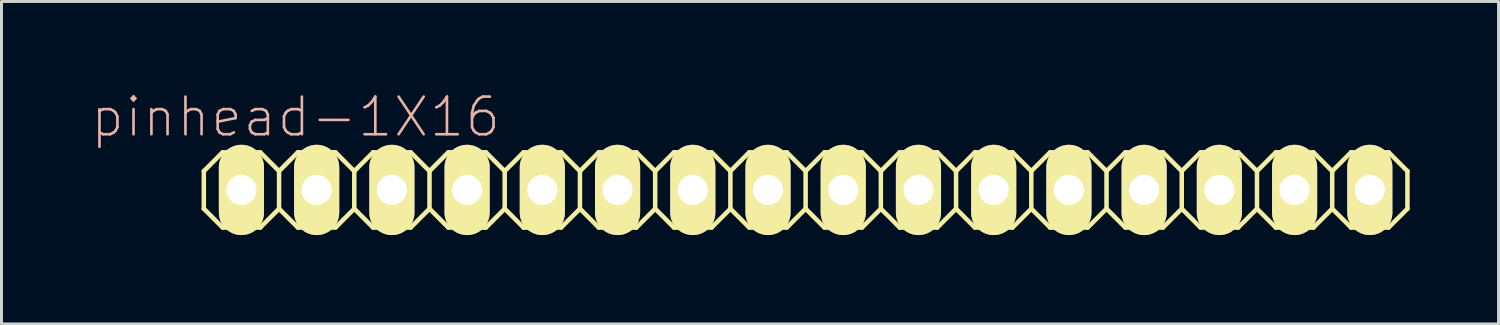
<source format=kicad_pcb>
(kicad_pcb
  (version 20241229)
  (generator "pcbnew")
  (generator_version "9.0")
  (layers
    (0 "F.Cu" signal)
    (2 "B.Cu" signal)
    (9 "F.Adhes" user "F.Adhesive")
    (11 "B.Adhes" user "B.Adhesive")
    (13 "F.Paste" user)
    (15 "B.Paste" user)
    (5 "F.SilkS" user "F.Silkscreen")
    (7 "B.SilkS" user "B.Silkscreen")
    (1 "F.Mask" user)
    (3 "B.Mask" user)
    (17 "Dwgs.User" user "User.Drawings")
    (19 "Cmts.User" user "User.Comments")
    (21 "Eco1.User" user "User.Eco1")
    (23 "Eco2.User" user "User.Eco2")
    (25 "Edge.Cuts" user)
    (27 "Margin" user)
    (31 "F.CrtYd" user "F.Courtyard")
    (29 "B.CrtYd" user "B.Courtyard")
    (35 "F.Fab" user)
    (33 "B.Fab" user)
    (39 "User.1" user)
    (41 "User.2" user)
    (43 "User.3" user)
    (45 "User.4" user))
  (footprint "pinhead-1X16"
    (layer "F.Cu")
    (at 24.152 3.363)
    (property "Reference" "pinhead-1X16" (at -17.221 -2.464 0) (layer "B.SilkS") (effects (font (size 1.27 1.27) (thickness 0.089))))
    (attr exclude_from_pos_files exclude_from_bom)
    (fp_line (start -20.32 -0.635) (end -20.32 0.635) (stroke (width 0.152) (type solid)) (layer "F.SilkS"))
    (fp_line (start -20.32 0.635) (end -19.685 1.27) (stroke (width 0.152) (type solid)) (layer "F.SilkS"))
    (fp_line (start -19.685 -1.27) (end -20.32 -0.635) (stroke (width 0.152) (type solid)) (layer "F.SilkS"))
    (fp_line (start -19.685 -1.27) (end -18.415 -1.27) (stroke (width 0.152) (type solid)) (layer "F.SilkS"))
    (fp_line (start -19.304 -0.254) (end -18.796 -0.254) (stroke (width 0.066) (type solid)) (layer "F.SilkS"))
    (fp_line (start -19.304 0.254) (end -19.304 -0.254) (stroke (width 0.066) (type solid)) (layer "F.SilkS"))
    (fp_line (start -19.304 0.254) (end -18.796 0.254) (stroke (width 0.066) (type solid)) (layer "F.SilkS"))
    (fp_line (start -18.796 0.254) (end -18.796 -0.254) (stroke (width 0.066) (type solid)) (layer "F.SilkS"))
    (fp_line (start -18.415 -1.27) (end -17.78 -0.635) (stroke (width 0.152) (type solid)) (layer "F.SilkS"))
    (fp_line (start -18.415 1.27) (end -19.685 1.27) (stroke (width 0.152) (type solid)) (layer "F.SilkS"))
    (fp_line (start -17.78 -0.635) (end -17.78 0.635) (stroke (width 0.152) (type solid)) (layer "F.SilkS"))
    (fp_line (start -17.78 -0.635) (end -17.145 -1.27) (stroke (width 0.152) (type solid)) (layer "F.SilkS"))
    (fp_line (start -17.78 0.635) (end -18.415 1.27) (stroke (width 0.152) (type solid)) (layer "F.SilkS"))
    (fp_line (start -17.145 -1.27) (end -15.875 -1.27) (stroke (width 0.152) (type solid)) (layer "F.SilkS"))
    (fp_line (start -17.145 1.27) (end -17.78 0.635) (stroke (width 0.152) (type solid)) (layer "F.SilkS"))
    (fp_line (start -16.764 -0.254) (end -16.256 -0.254) (stroke (width 0.066) (type solid)) (layer "F.SilkS"))
    (fp_line (start -16.764 0.254) (end -16.764 -0.254) (stroke (width 0.066) (type solid)) (layer "F.SilkS"))
    (fp_line (start -16.764 0.254) (end -16.256 0.254) (stroke (width 0.066) (type solid)) (layer "F.SilkS"))
    (fp_line (start -16.256 0.254) (end -16.256 -0.254) (stroke (width 0.066) (type solid)) (layer "F.SilkS"))
    (fp_line (start -15.875 -1.27) (end -15.24 -0.635) (stroke (width 0.152) (type solid)) (layer "F.SilkS"))
    (fp_line (start -15.875 1.27) (end -17.145 1.27) (stroke (width 0.152) (type solid)) (layer "F.SilkS"))
    (fp_line (start -15.24 -0.635) (end -15.24 0.635) (stroke (width 0.152) (type solid)) (layer "F.SilkS"))
    (fp_line (start -15.24 -0.635) (end -14.605 -1.27) (stroke (width 0.152) (type solid)) (layer "F.SilkS"))
    (fp_line (start -15.24 0.635) (end -15.875 1.27) (stroke (width 0.152) (type solid)) (layer "F.SilkS"))
    (fp_line (start -14.605 -1.27) (end -13.335 -1.27) (stroke (width 0.152) (type solid)) (layer "F.SilkS"))
    (fp_line (start -14.605 1.27) (end -15.24 0.635) (stroke (width 0.152) (type solid)) (layer "F.SilkS"))
    (fp_line (start -14.224 -0.254) (end -13.716 -0.254) (stroke (width 0.066) (type solid)) (layer "F.SilkS"))
    (fp_line (start -14.224 0.254) (end -14.224 -0.254) (stroke (width 0.066) (type solid)) (layer "F.SilkS"))
    (fp_line (start -14.224 0.254) (end -13.716 0.254) (stroke (width 0.066) (type solid)) (layer "F.SilkS"))
    (fp_line (start -13.716 0.254) (end -13.716 -0.254) (stroke (width 0.066) (type solid)) (layer "F.SilkS"))
    (fp_line (start -13.335 -1.27) (end -12.7 -0.635) (stroke (width 0.152) (type solid)) (layer "F.SilkS"))
    (fp_line (start -13.335 1.27) (end -14.605 1.27) (stroke (width 0.152) (type solid)) (layer "F.SilkS"))
    (fp_line (start -12.7 -0.635) (end -12.7 0.635) (stroke (width 0.152) (type solid)) (layer "F.SilkS"))
    (fp_line (start -12.7 0.635) (end -13.335 1.27) (stroke (width 0.152) (type solid)) (layer "F.SilkS"))
    (fp_line (start -12.7 0.635) (end -12.065 1.27) (stroke (width 0.152) (type solid)) (layer "F.SilkS"))
    (fp_line (start -12.065 -1.27) (end -12.7 -0.635) (stroke (width 0.152) (type solid)) (layer "F.SilkS"))
    (fp_line (start -12.065 -1.27) (end -10.795 -1.27) (stroke (width 0.152) (type solid)) (layer "F.SilkS"))
    (fp_line (start -11.684 -0.254) (end -11.176 -0.254) (stroke (width 0.066) (type solid)) (layer "F.SilkS"))
    (fp_line (start -11.684 0.254) (end -11.684 -0.254) (stroke (width 0.066) (type solid)) (layer "F.SilkS"))
    (fp_line (start -11.684 0.254) (end -11.176 0.254) (stroke (width 0.066) (type solid)) (layer "F.SilkS"))
    (fp_line (start -11.176 0.254) (end -11.176 -0.254) (stroke (width 0.066) (type solid)) (layer "F.SilkS"))
    (fp_line (start -10.795 -1.27) (end -10.16 -0.635) (stroke (width 0.152) (type solid)) (layer "F.SilkS"))
    (fp_line (start -10.795 1.27) (end -12.065 1.27) (stroke (width 0.152) (type solid)) (layer "F.SilkS"))
    (fp_line (start -10.16 -0.635) (end -10.16 0.635) (stroke (width 0.152) (type solid)) (layer "F.SilkS"))
    (fp_line (start -10.16 -0.635) (end -9.525 -1.27) (stroke (width 0.152) (type solid)) (layer "F.SilkS"))
    (fp_line (start -10.16 0.635) (end -10.795 1.27) (stroke (width 0.152) (type solid)) (layer "F.SilkS"))
    (fp_line (start -9.525 -1.27) (end -8.255 -1.27) (stroke (width 0.152) (type solid)) (layer "F.SilkS"))
    (fp_line (start -9.525 1.27) (end -10.16 0.635) (stroke (width 0.152) (type solid)) (layer "F.SilkS"))
    (fp_line (start -9.144 -0.254) (end -8.636 -0.254) (stroke (width 0.066) (type solid)) (layer "F.SilkS"))
    (fp_line (start -9.144 0.254) (end -9.144 -0.254) (stroke (width 0.066) (type solid)) (layer "F.SilkS"))
    (fp_line (start -9.144 0.254) (end -8.636 0.254) (stroke (width 0.066) (type solid)) (layer "F.SilkS"))
    (fp_line (start -8.636 0.254) (end -8.636 -0.254) (stroke (width 0.066) (type solid)) (layer "F.SilkS"))
    (fp_line (start -8.255 -1.27) (end -7.62 -0.635) (stroke (width 0.152) (type solid)) (layer "F.SilkS"))
    (fp_line (start -8.255 1.27) (end -9.525 1.27) (stroke (width 0.152) (type solid)) (layer "F.SilkS"))
    (fp_line (start -7.62 -0.635) (end -7.62 0.635) (stroke (width 0.152) (type solid)) (layer "F.SilkS"))
    (fp_line (start -7.62 -0.635) (end -6.985 -1.27) (stroke (width 0.152) (type solid)) (layer "F.SilkS"))
    (fp_line (start -7.62 0.635) (end -8.255 1.27) (stroke (width 0.152) (type solid)) (layer "F.SilkS"))
    (fp_line (start -6.985 -1.27) (end -5.715 -1.27) (stroke (width 0.152) (type solid)) (layer "F.SilkS"))
    (fp_line (start -6.985 1.27) (end -7.62 0.635) (stroke (width 0.152) (type solid)) (layer "F.SilkS"))
    (fp_line (start -6.604 -0.254) (end -6.096 -0.254) (stroke (width 0.066) (type solid)) (layer "F.SilkS"))
    (fp_line (start -6.604 0.254) (end -6.604 -0.254) (stroke (width 0.066) (type solid)) (layer "F.SilkS"))
    (fp_line (start -6.604 0.254) (end -6.096 0.254) (stroke (width 0.066) (type solid)) (layer "F.SilkS"))
    (fp_line (start -6.096 0.254) (end -6.096 -0.254) (stroke (width 0.066) (type solid)) (layer "F.SilkS"))
    (fp_line (start -5.715 -1.27) (end -5.08 -0.635) (stroke (width 0.152) (type solid)) (layer "F.SilkS"))
    (fp_line (start -5.715 1.27) (end -6.985 1.27) (stroke (width 0.152) (type solid)) (layer "F.SilkS"))
    (fp_line (start -5.08 -0.635) (end -5.08 0.635) (stroke (width 0.152) (type solid)) (layer "F.SilkS"))
    (fp_line (start -5.08 0.635) (end -5.715 1.27) (stroke (width 0.152) (type solid)) (layer "F.SilkS"))
    (fp_line (start -5.08 0.635) (end -4.445 1.27) (stroke (width 0.152) (type solid)) (layer "F.SilkS"))
    (fp_line (start -4.445 -1.27) (end -5.08 -0.635) (stroke (width 0.152) (type solid)) (layer "F.SilkS"))
    (fp_line (start -4.445 -1.27) (end -3.175 -1.27) (stroke (width 0.152) (type solid)) (layer "F.SilkS"))
    (fp_line (start -4.064 -0.254) (end -3.556 -0.254) (stroke (width 0.066) (type solid)) (layer "F.SilkS"))
    (fp_line (start -4.064 0.254) (end -4.064 -0.254) (stroke (width 0.066) (type solid)) (layer "F.SilkS"))
    (fp_line (start -4.064 0.254) (end -3.556 0.254) (stroke (width 0.066) (type solid)) (layer "F.SilkS"))
    (fp_line (start -3.556 0.254) (end -3.556 -0.254) (stroke (width 0.066) (type solid)) (layer "F.SilkS"))
    (fp_line (start -3.175 -1.27) (end -2.54 -0.635) (stroke (width 0.152) (type solid)) (layer "F.SilkS"))
    (fp_line (start -3.175 1.27) (end -4.445 1.27) (stroke (width 0.152) (type solid)) (layer "F.SilkS"))
    (fp_line (start -2.54 -0.635) (end -2.54 0.635) (stroke (width 0.152) (type solid)) (layer "F.SilkS"))
    (fp_line (start -2.54 -0.635) (end -1.905 -1.27) (stroke (width 0.152) (type solid)) (layer "F.SilkS"))
    (fp_line (start -2.54 0.635) (end -3.175 1.27) (stroke (width 0.152) (type solid)) (layer "F.SilkS"))
    (fp_line (start -1.905 -1.27) (end -0.635 -1.27) (stroke (width 0.152) (type solid)) (layer "F.SilkS"))
    (fp_line (start -1.905 1.27) (end -2.54 0.635) (stroke (width 0.152) (type solid)) (layer "F.SilkS"))
    (fp_line (start -1.524 -0.254) (end -1.016 -0.254) (stroke (width 0.066) (type solid)) (layer "F.SilkS"))
    (fp_line (start -1.524 0.254) (end -1.524 -0.254) (stroke (width 0.066) (type solid)) (layer "F.SilkS"))
    (fp_line (start -1.524 0.254) (end -1.016 0.254) (stroke (width 0.066) (type solid)) (layer "F.SilkS"))
    (fp_line (start -1.016 0.254) (end -1.016 -0.254) (stroke (width 0.066) (type solid)) (layer "F.SilkS"))
    (fp_line (start -0.635 -1.27) (end 0 -0.635) (stroke (width 0.152) (type solid)) (layer "F.SilkS"))
    (fp_line (start -0.635 1.27) (end -1.905 1.27) (stroke (width 0.152) (type solid)) (layer "F.SilkS"))
    (fp_line (start 0 -0.635) (end 0 0.635) (stroke (width 0.152) (type solid)) (layer "F.SilkS"))
    (fp_line (start 0 -0.635) (end 0.635 -1.27) (stroke (width 0.152) (type solid)) (layer "F.SilkS"))
    (fp_line (start 0 0.635) (end -0.635 1.27) (stroke (width 0.152) (type solid)) (layer "F.SilkS"))
    (fp_line (start 0.635 -1.27) (end 1.905 -1.27) (stroke (width 0.152) (type solid)) (layer "F.SilkS"))
    (fp_line (start 0.635 1.27) (end 0 0.635) (stroke (width 0.152) (type solid)) (layer "F.SilkS"))
    (fp_line (start 1.016 -0.254) (end 1.524 -0.254) (stroke (width 0.066) (type solid)) (layer "F.SilkS"))
    (fp_line (start 1.016 0.254) (end 1.016 -0.254) (stroke (width 0.066) (type solid)) (layer "F.SilkS"))
    (fp_line (start 1.016 0.254) (end 1.524 0.254) (stroke (width 0.066) (type solid)) (layer "F.SilkS"))
    (fp_line (start 1.524 0.254) (end 1.524 -0.254) (stroke (width 0.066) (type solid)) (layer "F.SilkS"))
    (fp_line (start 1.905 -1.27) (end 2.54 -0.635) (stroke (width 0.152) (type solid)) (layer "F.SilkS"))
    (fp_line (start 1.905 1.27) (end 0.635 1.27) (stroke (width 0.152) (type solid)) (layer "F.SilkS"))
    (fp_line (start 2.54 -0.635) (end 2.54 0.635) (stroke (width 0.152) (type solid)) (layer "F.SilkS"))
    (fp_line (start 2.54 0.635) (end 1.905 1.27) (stroke (width 0.152) (type solid)) (layer "F.SilkS"))
    (fp_line (start 2.54 0.635) (end 3.175 1.27) (stroke (width 0.152) (type solid)) (layer "F.SilkS"))
    (fp_line (start 3.175 -1.27) (end 2.54 -0.635) (stroke (width 0.152) (type solid)) (layer "F.SilkS"))
    (fp_line (start 3.175 -1.27) (end 4.445 -1.27) (stroke (width 0.152) (type solid)) (layer "F.SilkS"))
    (fp_line (start 3.556 -0.254) (end 4.064 -0.254) (stroke (width 0.066) (type solid)) (layer "F.SilkS"))
    (fp_line (start 3.556 0.254) (end 3.556 -0.254) (stroke (width 0.066) (type solid)) (layer "F.SilkS"))
    (fp_line (start 3.556 0.254) (end 4.064 0.254) (stroke (width 0.066) (type solid)) (layer "F.SilkS"))
    (fp_line (start 4.064 0.254) (end 4.064 -0.254) (stroke (width 0.066) (type solid)) (layer "F.SilkS"))
    (fp_line (start 4.445 -1.27) (end 5.08 -0.635) (stroke (width 0.152) (type solid)) (layer "F.SilkS"))
    (fp_line (start 4.445 1.27) (end 3.175 1.27) (stroke (width 0.152) (type solid)) (layer "F.SilkS"))
    (fp_line (start 5.08 -0.635) (end 5.08 0.635) (stroke (width 0.152) (type solid)) (layer "F.SilkS"))
    (fp_line (start 5.08 -0.635) (end 5.715 -1.27) (stroke (width 0.152) (type solid)) (layer "F.SilkS"))
    (fp_line (start 5.08 0.635) (end 4.445 1.27) (stroke (width 0.152) (type solid)) (layer "F.SilkS"))
    (fp_line (start 5.715 -1.27) (end 6.985 -1.27) (stroke (width 0.152) (type solid)) (layer "F.SilkS"))
    (fp_line (start 5.715 1.27) (end 5.08 0.635) (stroke (width 0.152) (type solid)) (layer "F.SilkS"))
    (fp_line (start 6.096 -0.254) (end 6.604 -0.254) (stroke (width 0.066) (type solid)) (layer "F.SilkS"))
    (fp_line (start 6.096 0.254) (end 6.096 -0.254) (stroke (width 0.066) (type solid)) (layer "F.SilkS"))
    (fp_line (start 6.096 0.254) (end 6.604 0.254) (stroke (width 0.066) (type solid)) (layer "F.SilkS"))
    (fp_line (start 6.604 0.254) (end 6.604 -0.254) (stroke (width 0.066) (type solid)) (layer "F.SilkS"))
    (fp_line (start 6.985 -1.27) (end 7.62 -0.635) (stroke (width 0.152) (type solid)) (layer "F.SilkS"))
    (fp_line (start 6.985 1.27) (end 5.715 1.27) (stroke (width 0.152) (type solid)) (layer "F.SilkS"))
    (fp_line (start 7.62 -0.635) (end 7.62 0.635) (stroke (width 0.152) (type solid)) (layer "F.SilkS"))
    (fp_line (start 7.62 -0.635) (end 8.255 -1.27) (stroke (width 0.152) (type solid)) (layer "F.SilkS"))
    (fp_line (start 7.62 0.635) (end 6.985 1.27) (stroke (width 0.152) (type solid)) (layer "F.SilkS"))
    (fp_line (start 8.255 -1.27) (end 9.525 -1.27) (stroke (width 0.152) (type solid)) (layer "F.SilkS"))
    (fp_line (start 8.255 1.27) (end 7.62 0.635) (stroke (width 0.152) (type solid)) (layer "F.SilkS"))
    (fp_line (start 8.636 -0.254) (end 9.144 -0.254) (stroke (width 0.066) (type solid)) (layer "F.SilkS"))
    (fp_line (start 8.636 0.254) (end 8.636 -0.254) (stroke (width 0.066) (type solid)) (layer "F.SilkS"))
    (fp_line (start 8.636 0.254) (end 9.144 0.254) (stroke (width 0.066) (type solid)) (layer "F.SilkS"))
    (fp_line (start 9.144 0.254) (end 9.144 -0.254) (stroke (width 0.066) (type solid)) (layer "F.SilkS"))
    (fp_line (start 9.525 -1.27) (end 10.16 -0.635) (stroke (width 0.152) (type solid)) (layer "F.SilkS"))
    (fp_line (start 9.525 1.27) (end 8.255 1.27) (stroke (width 0.152) (type solid)) (layer "F.SilkS"))
    (fp_line (start 10.16 -0.635) (end 10.16 0.635) (stroke (width 0.152) (type solid)) (layer "F.SilkS"))
    (fp_line (start 10.16 0.635) (end 9.525 1.27) (stroke (width 0.152) (type solid)) (layer "F.SilkS"))
    (fp_line (start 10.16 0.635) (end 10.795 1.27) (stroke (width 0.152) (type solid)) (layer "F.SilkS"))
    (fp_line (start 10.795 -1.27) (end 10.16 -0.635) (stroke (width 0.152) (type solid)) (layer "F.SilkS"))
    (fp_line (start 10.795 -1.27) (end 12.065 -1.27) (stroke (width 0.152) (type solid)) (layer "F.SilkS"))
    (fp_line (start 11.176 -0.254) (end 11.684 -0.254) (stroke (width 0.066) (type solid)) (layer "F.SilkS"))
    (fp_line (start 11.176 0.254) (end 11.176 -0.254) (stroke (width 0.066) (type solid)) (layer "F.SilkS"))
    (fp_line (start 11.176 0.254) (end 11.684 0.254) (stroke (width 0.066) (type solid)) (layer "F.SilkS"))
    (fp_line (start 11.684 0.254) (end 11.684 -0.254) (stroke (width 0.066) (type solid)) (layer "F.SilkS"))
    (fp_line (start 12.065 -1.27) (end 12.7 -0.635) (stroke (width 0.152) (type solid)) (layer "F.SilkS"))
    (fp_line (start 12.065 1.27) (end 10.795 1.27) (stroke (width 0.152) (type solid)) (layer "F.SilkS"))
    (fp_line (start 12.7 -0.635) (end 12.7 0.635) (stroke (width 0.152) (type solid)) (layer "F.SilkS"))
    (fp_line (start 12.7 -0.635) (end 13.335 -1.27) (stroke (width 0.152) (type solid)) (layer "F.SilkS"))
    (fp_line (start 12.7 0.635) (end 12.065 1.27) (stroke (width 0.152) (type solid)) (layer "F.SilkS"))
    (fp_line (start 13.335 -1.27) (end 14.605 -1.27) (stroke (width 0.152) (type solid)) (layer "F.SilkS"))
    (fp_line (start 13.335 1.27) (end 12.7 0.635) (stroke (width 0.152) (type solid)) (layer "F.SilkS"))
    (fp_line (start 13.716 -0.254) (end 14.224 -0.254) (stroke (width 0.066) (type solid)) (layer "F.SilkS"))
    (fp_line (start 13.716 0.254) (end 13.716 -0.254) (stroke (width 0.066) (type solid)) (layer "F.SilkS"))
    (fp_line (start 13.716 0.254) (end 14.224 0.254) (stroke (width 0.066) (type solid)) (layer "F.SilkS"))
    (fp_line (start 14.224 0.254) (end 14.224 -0.254) (stroke (width 0.066) (type solid)) (layer "F.SilkS"))
    (fp_line (start 14.605 -1.27) (end 15.24 -0.635) (stroke (width 0.152) (type solid)) (layer "F.SilkS"))
    (fp_line (start 14.605 1.27) (end 13.335 1.27) (stroke (width 0.152) (type solid)) (layer "F.SilkS"))
    (fp_line (start 15.24 -0.635) (end 15.24 0.635) (stroke (width 0.152) (type solid)) (layer "F.SilkS"))
    (fp_line (start 15.24 -0.635) (end 15.875 -1.27) (stroke (width 0.152) (type solid)) (layer "F.SilkS"))
    (fp_line (start 15.24 0.635) (end 14.605 1.27) (stroke (width 0.152) (type solid)) (layer "F.SilkS"))
    (fp_line (start 15.875 -1.27) (end 17.145 -1.27) (stroke (width 0.152) (type solid)) (layer "F.SilkS"))
    (fp_line (start 15.875 1.27) (end 15.24 0.635) (stroke (width 0.152) (type solid)) (layer "F.SilkS"))
    (fp_line (start 16.256 -0.254) (end 16.764 -0.254) (stroke (width 0.066) (type solid)) (layer "F.SilkS"))
    (fp_line (start 16.256 0.254) (end 16.256 -0.254) (stroke (width 0.066) (type solid)) (layer "F.SilkS"))
    (fp_line (start 16.256 0.254) (end 16.764 0.254) (stroke (width 0.066) (type solid)) (layer "F.SilkS"))
    (fp_line (start 16.764 0.254) (end 16.764 -0.254) (stroke (width 0.066) (type solid)) (layer "F.SilkS"))
    (fp_line (start 17.145 -1.27) (end 17.78 -0.635) (stroke (width 0.152) (type solid)) (layer "F.SilkS"))
    (fp_line (start 17.145 1.27) (end 15.875 1.27) (stroke (width 0.152) (type solid)) (layer "F.SilkS"))
    (fp_line (start 17.78 -0.635) (end 17.78 0.635) (stroke (width 0.152) (type solid)) (layer "F.SilkS"))
    (fp_line (start 17.78 -0.635) (end 18.415 -1.27) (stroke (width 0.152) (type solid)) (layer "F.SilkS"))
    (fp_line (start 17.78 0.635) (end 17.145 1.27) (stroke (width 0.152) (type solid)) (layer "F.SilkS"))
    (fp_line (start 18.415 -1.27) (end 19.685 -1.27) (stroke (width 0.152) (type solid)) (layer "F.SilkS"))
    (fp_line (start 18.415 1.27) (end 17.78 0.635) (stroke (width 0.152) (type solid)) (layer "F.SilkS"))
    (fp_line (start 18.796 -0.254) (end 19.304 -0.254) (stroke (width 0.066) (type solid)) (layer "F.SilkS"))
    (fp_line (start 18.796 0.254) (end 18.796 -0.254) (stroke (width 0.066) (type solid)) (layer "F.SilkS"))
    (fp_line (start 18.796 0.254) (end 19.304 0.254) (stroke (width 0.066) (type solid)) (layer "F.SilkS"))
    (fp_line (start 19.304 0.254) (end 19.304 -0.254) (stroke (width 0.066) (type solid)) (layer "F.SilkS"))
    (fp_line (start 19.685 -1.27) (end 20.32 -0.635) (stroke (width 0.152) (type solid)) (layer "F.SilkS"))
    (fp_line (start 19.685 1.27) (end 18.415 1.27) (stroke (width 0.152) (type solid)) (layer "F.SilkS"))
    (fp_line (start 20.32 -0.635) (end 20.32 0.635) (stroke (width 0.152) (type solid)) (layer "F.SilkS"))
    (fp_line (start 20.32 0.635) (end 19.685 1.27) (stroke (width 0.152) (type solid)) (layer "F.SilkS"))
    (pad "1" thru_hole oval (at -19.05 0) (size 1.524 3.048) (drill 1.016) (layers "*.Cu" "F.Mask" "F.SilkS" "F.Paste"))
    (pad "2" thru_hole oval (at -16.51 0) (size 1.524 3.048) (drill 1.016) (layers "*.Cu" "F.Mask" "F.SilkS" "F.Paste"))
    (pad "3" thru_hole oval (at -13.97 0) (size 1.524 3.048) (drill 1.016) (layers "*.Cu" "F.Mask" "F.SilkS" "F.Paste"))
    (pad "4" thru_hole oval (at -11.43 0) (size 1.524 3.048) (drill 1.016) (layers "*.Cu" "F.Mask" "F.SilkS" "F.Paste"))
    (pad "5" thru_hole oval (at -8.89 0) (size 1.524 3.048) (drill 1.016) (layers "*.Cu" "F.Mask" "F.SilkS" "F.Paste"))
    (pad "6" thru_hole oval (at -6.35 0) (size 1.524 3.048) (drill 1.016) (layers "*.Cu" "F.Mask" "F.SilkS" "F.Paste"))
    (pad "7" thru_hole oval (at -3.81 0) (size 1.524 3.048) (drill 1.016) (layers "*.Cu" "F.Mask" "F.SilkS" "F.Paste"))
    (pad "8" thru_hole oval (at -1.27 0) (size 1.524 3.048) (drill 1.016) (layers "*.Cu" "F.Mask" "F.SilkS" "F.Paste"))
    (pad "9" thru_hole oval (at 1.27 0) (size 1.524 3.048) (drill 1.016) (layers "*.Cu" "F.Mask" "F.SilkS" "F.Paste"))
    (pad "10" thru_hole oval (at 3.81 0) (size 1.524 3.048) (drill 1.016) (layers "*.Cu" "F.Mask" "F.SilkS" "F.Paste"))
    (pad "11" thru_hole oval (at 6.35 0) (size 1.524 3.048) (drill 1.016) (layers "*.Cu" "F.Mask" "F.SilkS" "F.Paste"))
    (pad "12" thru_hole oval (at 8.89 0) (size 1.524 3.048) (drill 1.016) (layers "*.Cu" "F.Mask" "F.SilkS" "F.Paste"))
    (pad "13" thru_hole oval (at 11.43 0) (size 1.524 3.048) (drill 1.016) (layers "*.Cu" "F.Mask" "F.SilkS" "F.Paste"))
    (pad "14" thru_hole oval (at 13.97 0) (size 1.524 3.048) (drill 1.016) (layers "*.Cu" "F.Mask" "F.SilkS" "F.Paste"))
    (pad "15" thru_hole oval (at 16.51 0) (size 1.524 3.048) (drill 1.016) (layers "*.Cu" "F.Mask" "F.SilkS" "F.Paste"))
    (pad "16" thru_hole oval (at 19.05 0) (size 1.524 3.048) (drill 1.016) (layers "*.Cu" "F.Mask" "F.SilkS" "F.Paste")))
  (gr_rect
    (start -3 -3)
    (end 47.548 7.887)
    (stroke (width 0.1) (type default))
    (fill no)
    (layer "Edge.Cuts")))
</source>
